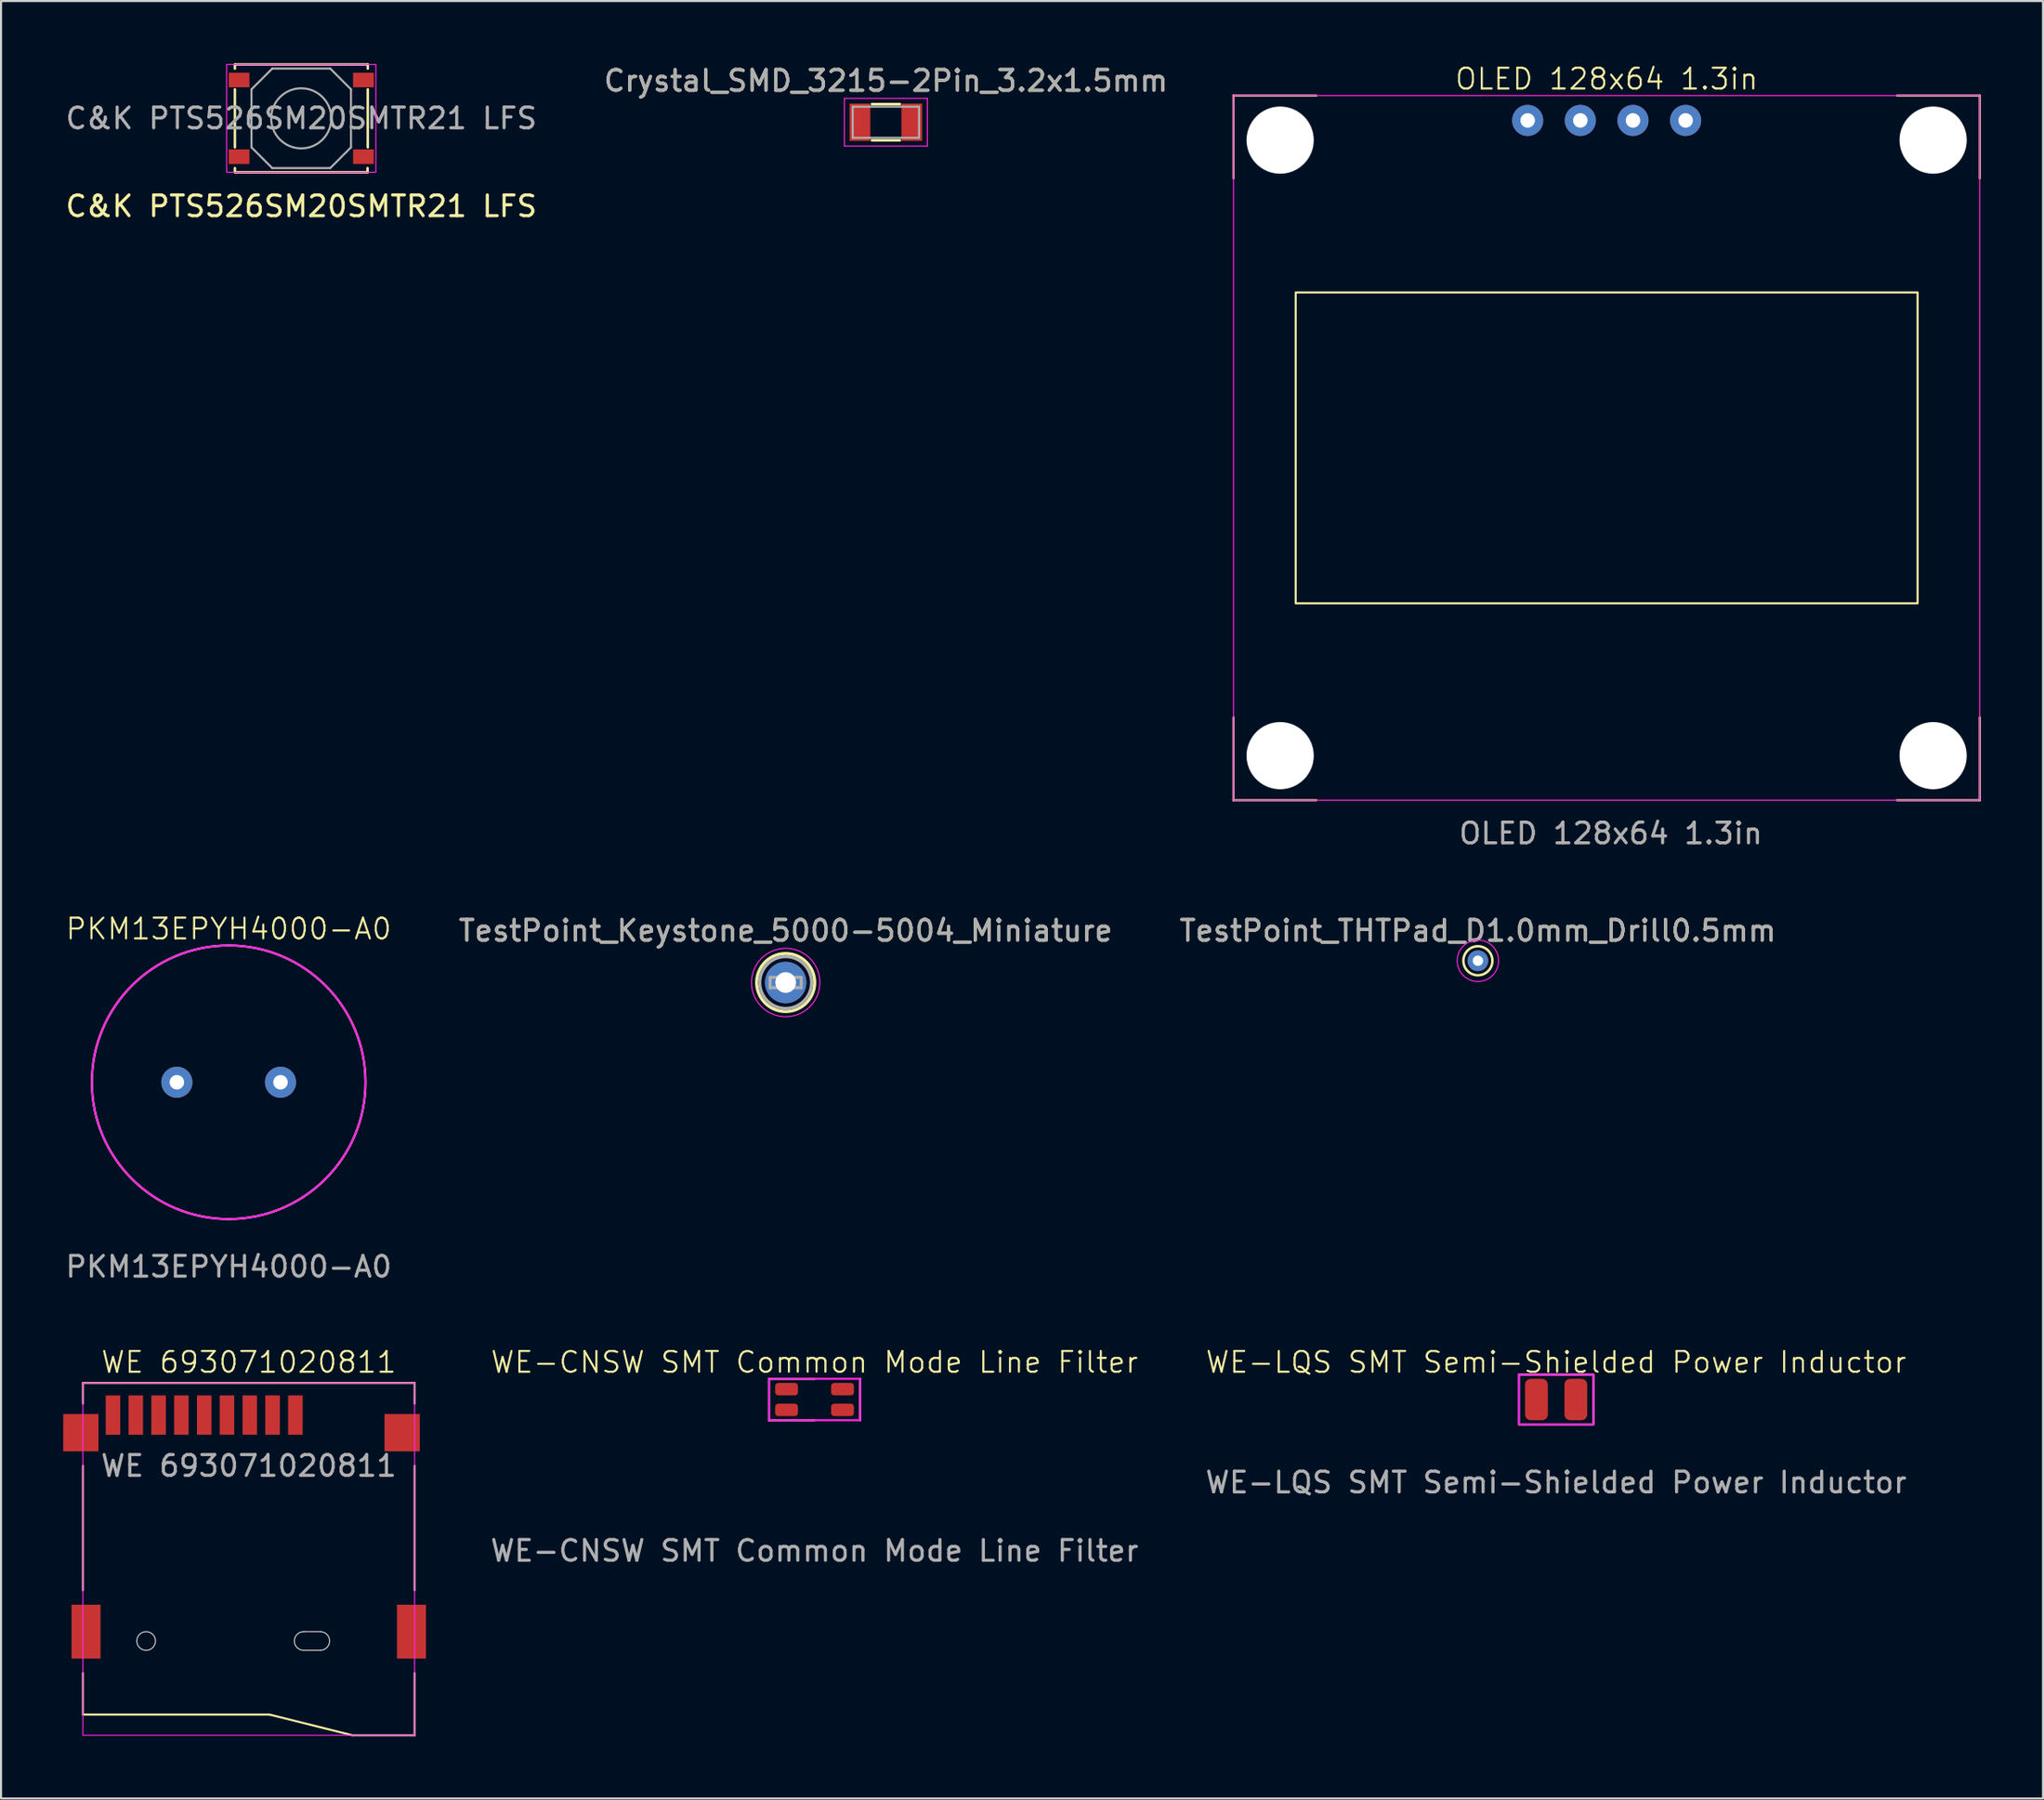
<source format=kicad_pcb>
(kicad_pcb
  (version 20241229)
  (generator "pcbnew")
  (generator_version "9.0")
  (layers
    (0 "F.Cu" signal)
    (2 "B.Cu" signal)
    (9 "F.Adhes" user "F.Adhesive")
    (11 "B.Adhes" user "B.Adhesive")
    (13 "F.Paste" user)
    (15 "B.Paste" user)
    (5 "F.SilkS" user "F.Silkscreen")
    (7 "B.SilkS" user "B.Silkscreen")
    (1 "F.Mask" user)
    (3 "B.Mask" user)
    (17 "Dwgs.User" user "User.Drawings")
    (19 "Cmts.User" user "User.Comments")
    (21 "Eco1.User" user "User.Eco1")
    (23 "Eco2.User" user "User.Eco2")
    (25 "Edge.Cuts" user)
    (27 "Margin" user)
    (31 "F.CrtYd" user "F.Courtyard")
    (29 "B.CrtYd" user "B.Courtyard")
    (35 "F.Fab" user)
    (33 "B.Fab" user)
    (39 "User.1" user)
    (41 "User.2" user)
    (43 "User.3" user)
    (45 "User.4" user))
  (footprint "Crystal_SMD_3215-2Pin_3.2x1.5mm"
    (layer "F.Cu")
    (at 39.685 2.848)
    (property "Reference" "Crystal_SMD_3215-2Pin_3.2x1.5mm" (at 0 -2 0) (layer "F.SilkS") (effects (font (size 1 1) (thickness 0.15))))
    (attr smd)
    (fp_line (start -0.675 -0.875) (end 0.675 -0.875) (stroke (width 0.12) (type solid)) (layer "F.SilkS"))
    (fp_line (start -0.675 0.875) (end 0.675 0.875) (stroke (width 0.12) (type solid)) (layer "F.SilkS"))
    (fp_line (start -2 -1.15) (end -2 1.15) (stroke (width 0.05) (type solid)) (layer "F.CrtYd"))
    (fp_line (start -2 -1.15) (end 2 -1.15) (stroke (width 0.05) (type solid)) (layer "F.CrtYd"))
    (fp_line (start -2 1.15) (end 2 1.15) (stroke (width 0.05) (type solid)) (layer "F.CrtYd"))
    (fp_line (start 2 -1.15) (end 2 1.15) (stroke (width 0.05) (type solid)) (layer "F.CrtYd"))
    (fp_line (start -1.6 -0.75) (end -1.6 0.75) (stroke (width 0.1) (type solid)) (layer "F.Fab"))
    (fp_line (start -1.6 -0.75) (end 1.6 -0.75) (stroke (width 0.1) (type solid)) (layer "F.Fab"))
    (fp_line (start -1.6 0.75) (end 1.6 0.75) (stroke (width 0.1) (type solid)) (layer "F.Fab"))
    (fp_line (start 1.6 -0.75) (end 1.6 0.75) (stroke (width 0.1) (type solid)) (layer "F.Fab"))
    (fp_text user "${REFERENCE}" (at 0 -2 0) (layer "F.Fab") (effects (font (size 1 1) (thickness 0.15))))
    (pad "1" smd rect (at 1.25 0) (size 1 1.8) (layers "F.Cu" "F.Mask" "F.Paste"))
    (pad "2" smd rect (at -1.25 0) (size 1 1.8) (layers "F.Cu" "F.Mask" "F.Paste")))
  (footprint "C&K PTS526SM20SMTR21 LFS"
    (layer "F.Cu")
    (at 11.482 2.66)
    (property "Reference" "C&K PTS526SM20SMTR21 LFS" (at 0 4.24 0) (layer "F.SilkS") (effects (font (size 1 1) (thickness 0.15))))
    (attr smd)
    (fp_line (start -3.2 -2.6) (end -3.2 -2.4) (stroke (width 0.12) (type solid)) (layer "F.SilkS"))
    (fp_line (start -3.2 -1.4) (end -3.2 1.4) (stroke (width 0.12) (type solid)) (layer "F.SilkS"))
    (fp_line (start -3.2 2.4) (end -3.2 2.6) (stroke (width 0.12) (type solid)) (layer "F.SilkS"))
    (fp_line (start -3.2 2.6) (end 3.2 2.6) (stroke (width 0.12) (type solid)) (layer "F.SilkS"))
    (fp_line (start 3.2 -2.6) (end -3.2 -2.6) (stroke (width 0.12) (type default)) (layer "F.SilkS"))
    (fp_line (start 3.2 2.6) (end 3.2 2.4) (stroke (width 0.12) (type solid)) (layer "F.SilkS"))
    (fp_line (start 3.21 -2.4) (end 3.21 -2.6) (stroke (width 0.12) (type solid)) (layer "F.SilkS"))
    (fp_line (start 3.21 1.4) (end 3.21 -1.4) (stroke (width 0.12) (type solid)) (layer "F.SilkS"))
    (fp_rect (start -3.6 -2.6) (end 3.6 2.6) (stroke (width 0.05) (type default)) (fill no) (layer "F.CrtYd"))
    (fp_line (start -2.4 -1.4) (end -1.4 -2.4) (stroke (width 0.1) (type default)) (layer "F.Fab"))
    (fp_line (start -2.4 1.4) (end -2.4 -1.4) (stroke (width 0.1) (type default)) (layer "F.Fab"))
    (fp_line (start -1.4 -2.4) (end 1.4 -2.4) (stroke (width 0.1) (type default)) (layer "F.Fab"))
    (fp_line (start -1.4 2.4) (end -2.4 1.4) (stroke (width 0.1) (type default)) (layer "F.Fab"))
    (fp_line (start 1.4 -2.4) (end 2.4 -1.4) (stroke (width 0.1) (type default)) (layer "F.Fab"))
    (fp_line (start 1.4 2.4) (end -1.4 2.4) (stroke (width 0.1) (type default)) (layer "F.Fab"))
    (fp_line (start 2.4 -1.4) (end 2.4 1.4) (stroke (width 0.1) (type default)) (layer "F.Fab"))
    (fp_line (start 2.4 1.4) (end 1.4 2.4) (stroke (width 0.1) (type default)) (layer "F.Fab"))
    (fp_circle (center 0 0) (end 1.45 0) (stroke (width 0.1) (type solid)) (fill no) (layer "F.Fab"))
    (fp_text user "${REFERENCE}" (at 0 0 0) (layer "F.Fab") (effects (font (size 1 1) (thickness 0.15))))
    (pad "1" smd rect (at -3 -1.85) (size 1 0.7) (layers "F.Cu" "F.Mask" "F.Paste"))
    (pad "1" smd rect (at 3 -1.85) (size 1 0.7) (layers "F.Cu" "F.Mask" "F.Paste"))
    (pad "2" smd rect (at -3 1.85) (size 1 0.7) (layers "F.Cu" "F.Mask" "F.Paste"))
    (pad "2" smd rect (at 3 1.85) (size 1 0.7) (layers "F.Cu" "F.Mask" "F.Paste")))
  (footprint "PKM13EPYH4000-A0"
    (layer "F.Cu")
    (at 7.982 49.169)
    (property "Reference" "PKM13EPYH4000-A0" (at 0 -7.4 0) (unlocked yes) (layer "F.SilkS") (effects (font (size 1 1) (thickness 0.1))))
    (attr through_hole)
    (fp_circle (center 0 0) (end 6.6 0) (stroke (width 0.1) (type default)) (fill no) (layer "F.SilkS"))
    (fp_circle (center 0 0) (end 6.6 0) (stroke (width 0.1) (type default)) (fill no) (layer "F.CrtYd"))
    (fp_text user "${REFERENCE}" (at 0 8.9 0) (unlocked yes) (layer "F.Fab") (effects (font (size 1 1) (thickness 0.15))))
    (pad "1" thru_hole circle (at -2.5 0) (size 1.5 1.5) (drill 0.7) (layers "*.Cu" "*.Mask"))
    (pad "2" thru_hole circle (at 2.5 0) (size 1.5 1.5) (drill 0.7) (layers "*.Cu" "*.Mask")))
  (footprint "TestPoint_Keystone_5000-5004_Miniature"
    (layer "F.Cu")
    (at 34.851 44.357)
    (property "Reference" "TestPoint_Keystone_5000-5004_Miniature" (at 0 -2.5 0) (layer "F.SilkS") (effects (font (size 1 1) (thickness 0.15))))
    (attr through_hole)
    (fp_circle (center 0 0) (end 1.4 0) (stroke (width 0.15) (type solid)) (fill no) (layer "F.SilkS"))
    (fp_circle (center 0 0) (end 1.65 0) (stroke (width 0.05) (type solid)) (fill no) (layer "F.CrtYd"))
    (fp_line (start -0.75 -0.25) (end 0.75 -0.25) (stroke (width 0.15) (type solid)) (layer "F.Fab"))
    (fp_line (start -0.75 0.25) (end -0.75 -0.25) (stroke (width 0.15) (type solid)) (layer "F.Fab"))
    (fp_line (start 0.75 -0.25) (end 0.75 0.25) (stroke (width 0.15) (type solid)) (layer "F.Fab"))
    (fp_line (start 0.75 0.25) (end -0.75 0.25) (stroke (width 0.15) (type solid)) (layer "F.Fab"))
    (fp_circle (center 0 0) (end 1.25 0) (stroke (width 0.15) (type solid)) (fill no) (layer "F.Fab"))
    (fp_text user "${REFERENCE}" (at 0 -2.5 0) (layer "F.Fab") (effects (font (size 1 1) (thickness 0.15))))
    (pad "1" thru_hole circle (at 0 0) (size 2 2) (drill 1) (layers "*.Cu" "*.Mask")))
  (footprint "TestPoint_THTPad_D1.0mm_Drill0.5mm"
    (layer "F.Cu")
    (at 68.244 43.307)
    (property "Reference" "TestPoint_THTPad_D1.0mm_Drill0.5mm" (at 0 -1.448 0) (layer "F.SilkS") (effects (font (size 1 1) (thickness 0.15))))
    (attr exclude_from_pos_files exclude_from_bom)
    (fp_circle (center 0 0) (end 0 0.7) (stroke (width 0.12) (type solid)) (fill no) (layer "F.SilkS"))
    (fp_circle (center 0 0) (end 1 0) (stroke (width 0.05) (type solid)) (fill no) (layer "F.CrtYd"))
    (fp_text user "${REFERENCE}" (at 0 -1.45 0) (layer "F.Fab") (effects (font (size 1 1) (thickness 0.15))))
    (pad "1" thru_hole circle (at 0 0) (size 1 1) (drill 0.5) (layers "*.Cu" "*.Mask")))
  (footprint "WE-LQS SMT Semi-Shielded Power Inductor"
    (layer "F.Cu")
    (at 72.018 64.478)
    (property "Reference" "WE-LQS SMT Semi-Shielded Power Inductor" (at 0 -1.8 0) (unlocked yes) (layer "F.SilkS") (effects (font (size 1 1) (thickness 0.1))))
    (attr smd)
    (fp_rect (start -1.8 -1.2) (end 1.8 1.2) (stroke (width 0.1) (type default)) (fill no) (layer "F.SilkS"))
    (fp_rect (start -1.8 -1.2) (end 1.8 1.2) (stroke (width 0.1) (type default)) (fill no) (layer "F.CrtYd"))
    (fp_text user "${REFERENCE}" (at 0 4 0) (unlocked yes) (layer "F.Fab") (effects (font (size 1 1) (thickness 0.15))))
    (pad "1" smd roundrect (at -0.95 0) (size 1.1 2) (layers "F.Cu" "F.Mask" "F.Paste") (roundrect_rratio 0.25))
    (pad "2" smd roundrect (at 0.95 0) (size 1.1 2) (layers "F.Cu" "F.Mask" "F.Paste") (roundrect_rratio 0.25)))
  (footprint "OLED 128x64 1.3in"
    (layer "F.Cu")
    (at 74.455 18.561)
    (property "Reference" "OLED 128x64 1.3in" (at 0 -17.8 0) (unlocked yes) (layer "F.SilkS") (effects (font (size 1 1) (thickness 0.1))))
    (attr through_hole)
    (fp_line (start -18 -17) (end -18 -13) (stroke (width 0.1) (type default)) (layer "F.SilkS"))
    (fp_line (start -18 17) (end -18 13) (stroke (width 0.1) (type default)) (layer "F.SilkS"))
    (fp_line (start -14 -17) (end -18 -17) (stroke (width 0.1) (type default)) (layer "F.SilkS"))
    (fp_line (start -14 17) (end -18 17) (stroke (width 0.1) (type default)) (layer "F.SilkS"))
    (fp_line (start 14 -17) (end 18 -17) (stroke (width 0.1) (type default)) (layer "F.SilkS"))
    (fp_line (start 14 17) (end 18 17) (stroke (width 0.1) (type default)) (layer "F.SilkS"))
    (fp_line (start 18 -17) (end 18 -13) (stroke (width 0.1) (type default)) (layer "F.SilkS"))
    (fp_line (start 18 17) (end 18 13) (stroke (width 0.1) (type default)) (layer "F.SilkS"))
    (fp_rect (start -15 -7.5) (end 15 7.5) (stroke (width 0.1) (type solid)) (fill no) (layer "F.SilkS"))
    (fp_circle (center -15.75 -14.85) (end -14.15 -14.85) (stroke (width 0.05) (type default)) (fill no) (layer "Edge.Cuts"))
    (fp_circle (center -15.75 14.85) (end -14.15 14.85) (stroke (width 0.05) (type default)) (fill no) (layer "Edge.Cuts"))
    (fp_circle (center 15.75 -14.85) (end 17.35 -14.85) (stroke (width 0.05) (type default)) (fill no) (layer "Edge.Cuts"))
    (fp_circle (center 15.75 14.85) (end 17.35 14.85) (stroke (width 0.05) (type default)) (fill no) (layer "Edge.Cuts"))
    (fp_rect (start -18 -17) (end 18 17) (stroke (width 0.05) (type default)) (fill no) (layer "F.CrtYd"))
    (fp_text user "${REFERENCE}" (at 0.2 18.6 0) (unlocked yes) (layer "F.Fab") (effects (font (size 1 1) (thickness 0.15))))
    (pad "" np_thru_hole circle (at -15.75 -14.85) (size 3.2 3.2) (drill 3.2) (layers "*.Cu" "*.Mask"))
    (pad "" np_thru_hole circle (at -15.75 14.85) (size 3.2 3.2) (drill 3.2) (layers "*.Cu" "*.Mask"))
    (pad "" np_thru_hole circle (at 15.75 -14.85) (size 3.2 3.2) (drill 3.2) (layers "*.Cu" "*.Mask"))
    (pad "" np_thru_hole circle (at 15.75 14.85) (size 3.2 3.2) (drill 3.2) (layers "*.Cu" "*.Mask"))
    (pad "1" thru_hole circle (at -3.81 -15.8) (size 1.5 1.5) (drill 0.7) (layers "*.Cu" "*.Mask"))
    (pad "2" thru_hole circle (at -1.27 -15.8) (size 1.5 1.5) (drill 0.7) (layers "*.Cu" "*.Mask"))
    (pad "3" thru_hole circle (at 1.27 -15.8) (size 1.5 1.5) (drill 0.7) (layers "*.Cu" "*.Mask"))
    (pad "4" thru_hole circle (at 3.81 -15.8) (size 1.5 1.5) (drill 0.7) (layers "*.Cu" "*.Mask")))
  (footprint "WE-CNSW SMT Common Mode Line Filter"
    (layer "F.Cu")
    (at 36.244 64.478)
    (property "Reference" "WE-CNSW SMT Common Mode Line Filter" (at 0 -1.8 0) (unlocked yes) (layer "F.SilkS") (effects (font (size 1 1) (thickness 0.1))))
    (attr smd)
    (fp_line (start -2.2 -1) (end -2.2 1) (stroke (width 0.1) (type default)) (layer "F.SilkS"))
    (fp_line (start -2.2 1) (end 0 1) (stroke (width 0.1) (type default)) (layer "F.SilkS"))
    (fp_line (start 0 -1) (end -2.2 -1) (stroke (width 0.1) (type default)) (layer "F.SilkS"))
    (fp_line (start 2.2 -1) (end 2.2 1) (stroke (width 0.1) (type default)) (layer "F.SilkS"))
    (fp_rect (start -2.2 -1) (end 2.2 1) (stroke (width 0.1) (type default)) (fill no) (layer "F.CrtYd"))
    (fp_text user "${REFERENCE}" (at 0 7.3 0) (unlocked yes) (layer "F.Fab") (effects (font (size 1 1) (thickness 0.15))))
    (pad "1" smd roundrect (at -1.35 0.5) (size 1.1 0.6) (layers "F.Cu" "F.Mask" "F.Paste") (roundrect_rratio 0.25))
    (pad "2" smd roundrect (at 1.35 0.5) (size 1.1 0.6) (layers "F.Cu" "F.Mask" "F.Paste") (roundrect_rratio 0.25))
    (pad "3" smd roundrect (at 1.35 -0.5) (size 1.1 0.6) (layers "F.Cu" "F.Mask" "F.Paste") (roundrect_rratio 0.25))
    (pad "4" smd roundrect (at -1.35 -0.5) (size 1.1 0.6) (layers "F.Cu" "F.Mask" "F.Paste") (roundrect_rratio 0.25)))
  (footprint "WE 693071020811"
    (layer "F.Cu")
    (at 8.95 75.678)
    (property "Reference" "WE 693071020811" (at 0 -13 0) (unlocked yes) (layer "F.SilkS") (effects (font (size 1 1) (thickness 0.1))))
    (attr smd)
    (fp_line (start -8 -12) (end 8 -12) (stroke (width 0.1) (type default)) (layer "F.SilkS"))
    (fp_line (start -8 -11) (end -8 -12) (stroke (width 0.1) (type default)) (layer "F.SilkS"))
    (fp_line (start -8 -8) (end -8 -2) (stroke (width 0.1) (type default)) (layer "F.SilkS"))
    (fp_line (start -8 2) (end -8 4) (stroke (width 0.1) (type default)) (layer "F.SilkS"))
    (fp_line (start -8 4) (end 1 4) (stroke (width 0.1) (type default)) (layer "F.SilkS"))
    (fp_line (start 1 4) (end 5 5) (stroke (width 0.1) (type default)) (layer "F.SilkS"))
    (fp_line (start 5 5) (end 8 5) (stroke (width 0.1) (type default)) (layer "F.SilkS"))
    (fp_line (start 8 -12) (end 8 -11) (stroke (width 0.1) (type default)) (layer "F.SilkS"))
    (fp_line (start 8 -8) (end 8 -2) (stroke (width 0.1) (type default)) (layer "F.SilkS"))
    (fp_line (start 8 5) (end 8 2) (stroke (width 0.1) (type default)) (layer "F.SilkS"))
    (fp_line (start 2.65 0) (end 3.45 0) (stroke (width 0.05) (type default)) (layer "Edge.Cuts"))
    (fp_line (start 3.45 0.9) (end 2.65 0.9) (stroke (width 0.05) (type default)) (layer "Edge.Cuts"))
    (fp_arc (start 2.65 0.9) (mid 2.2 0.45) (end 2.65 0) (stroke (width 0.05) (type default)) (layer "Edge.Cuts"))
    (fp_arc (start 3.45 0) (mid 3.9 0.45) (end 3.45 0.9) (stroke (width 0.05) (type default)) (layer "Edge.Cuts"))
    (fp_circle (center -4.95 0.45) (end -4.5 0.45) (stroke (width 0.05) (type default)) (fill no) (layer "Edge.Cuts"))
    (fp_rect (start -8 -12) (end 8 5) (stroke (width 0.05) (type default)) (fill no) (layer "F.CrtYd"))
    (fp_text user "${REFERENCE}" (at 0 -8 0) (unlocked yes) (layer "F.Fab") (effects (font (size 1 1) (thickness 0.15))))
    (pad "1" smd rect (at 2.25 -10.45) (size 0.7 1.9) (layers "F.Cu" "F.Mask" "F.Paste"))
    (pad "2" smd rect (at 1.15 -10.45) (size 0.7 1.9) (layers "F.Cu" "F.Mask" "F.Paste"))
    (pad "3" smd rect (at 0.05 -10.45) (size 0.7 1.9) (layers "F.Cu" "F.Mask" "F.Paste"))
    (pad "4" smd rect (at -1.05 -10.45) (size 0.7 1.9) (layers "F.Cu" "F.Mask" "F.Paste"))
    (pad "5" smd rect (at -2.15 -10.45) (size 0.7 1.9) (layers "F.Cu" "F.Mask" "F.Paste"))
    (pad "6" smd rect (at -3.25 -10.45) (size 0.7 1.9) (layers "F.Cu" "F.Mask" "F.Paste"))
    (pad "7" smd rect (at -4.35 -10.45) (size 0.7 1.9) (layers "F.Cu" "F.Mask" "F.Paste"))
    (pad "8" smd rect (at -5.45 -10.45) (size 0.7 1.9) (layers "F.Cu" "F.Mask" "F.Paste"))
    (pad "9" smd rect (at -6.55 -10.45) (size 0.7 1.9) (layers "F.Cu" "F.Mask" "F.Paste"))
    (pad "10" smd rect (at -8.1 -9.6) (size 1.7 1.8) (layers "F.Cu" "F.Mask" "F.Paste"))
    (pad "11" smd rect (at 7.4 -9.6) (size 1.7 1.8) (layers "F.Cu" "F.Mask" "F.Paste"))
    (pad "12" smd rect (at -7.85 0) (size 1.4 2.6) (layers "F.Cu" "F.Mask" "F.Paste"))
    (pad "13" smd rect (at 7.85 0) (size 1.4 2.6) (layers "F.Cu" "F.Mask" "F.Paste")))
  (gr_rect
    (start -3 -3)
    (end 95.505 83.728)
    (stroke (width 0.1) (type default))
    (fill no)
    (layer "Edge.Cuts")))
</source>
